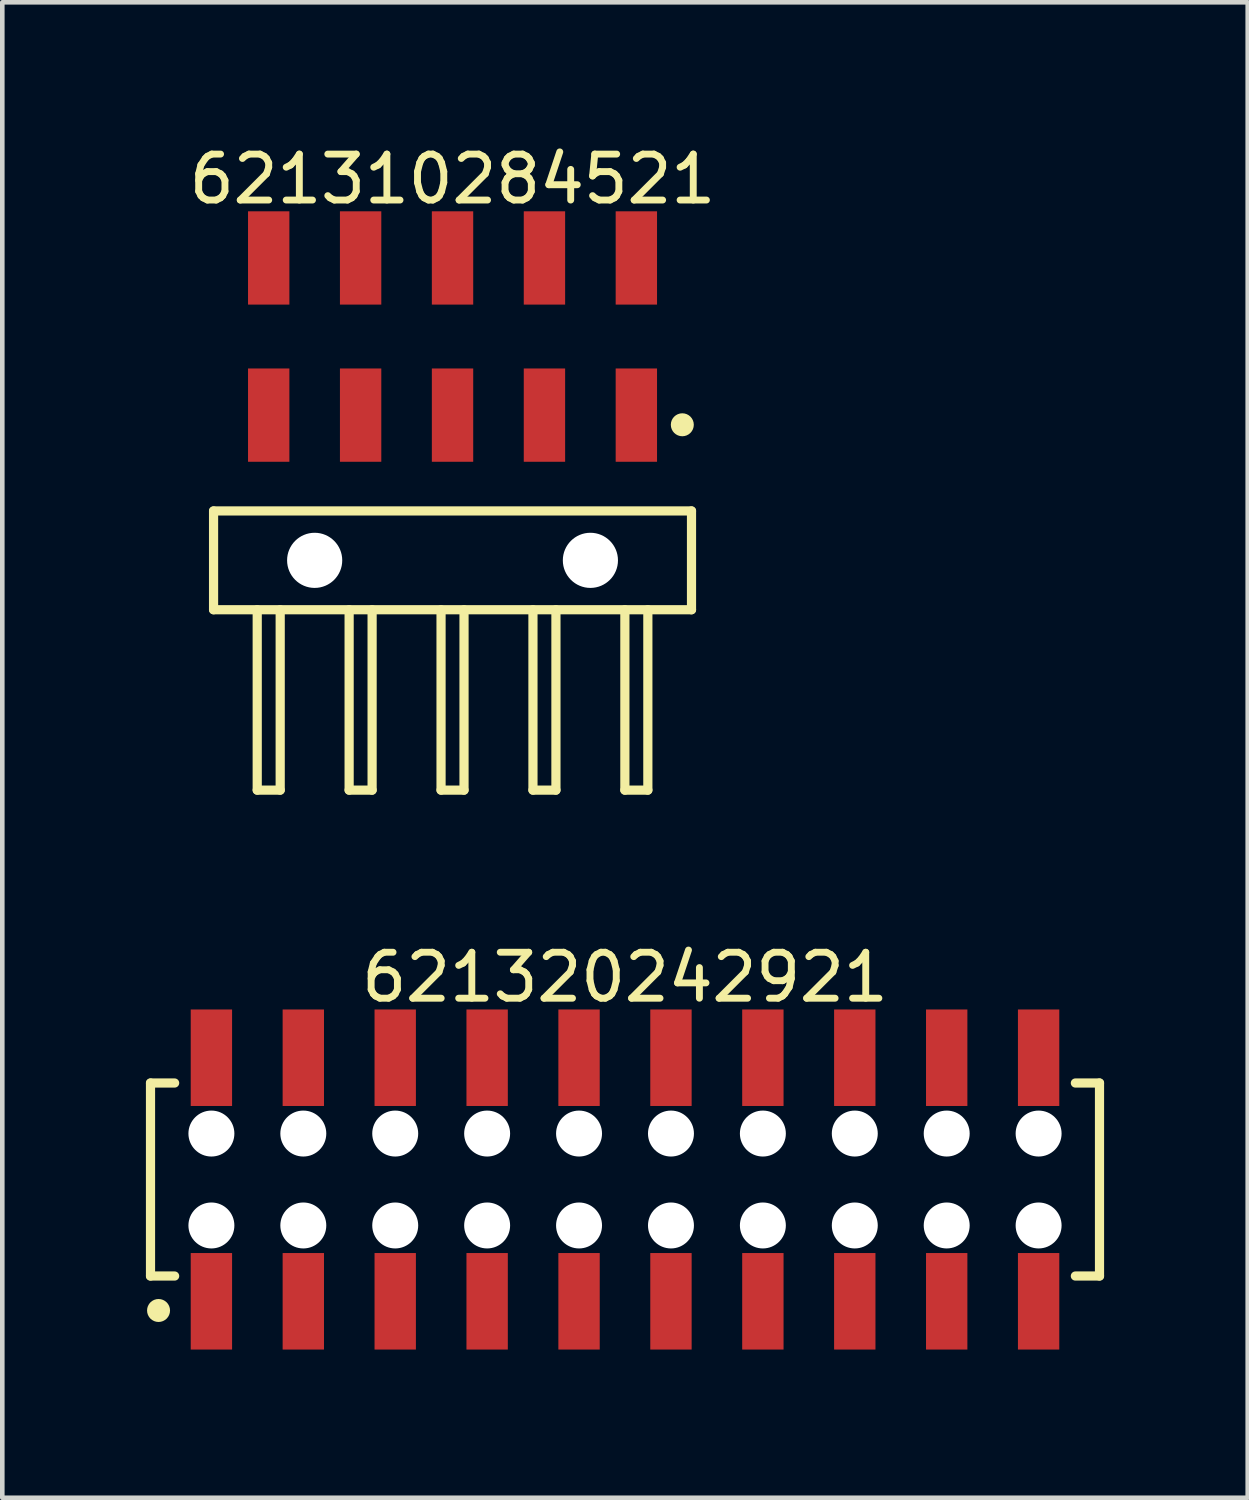
<source format=kicad_pcb>
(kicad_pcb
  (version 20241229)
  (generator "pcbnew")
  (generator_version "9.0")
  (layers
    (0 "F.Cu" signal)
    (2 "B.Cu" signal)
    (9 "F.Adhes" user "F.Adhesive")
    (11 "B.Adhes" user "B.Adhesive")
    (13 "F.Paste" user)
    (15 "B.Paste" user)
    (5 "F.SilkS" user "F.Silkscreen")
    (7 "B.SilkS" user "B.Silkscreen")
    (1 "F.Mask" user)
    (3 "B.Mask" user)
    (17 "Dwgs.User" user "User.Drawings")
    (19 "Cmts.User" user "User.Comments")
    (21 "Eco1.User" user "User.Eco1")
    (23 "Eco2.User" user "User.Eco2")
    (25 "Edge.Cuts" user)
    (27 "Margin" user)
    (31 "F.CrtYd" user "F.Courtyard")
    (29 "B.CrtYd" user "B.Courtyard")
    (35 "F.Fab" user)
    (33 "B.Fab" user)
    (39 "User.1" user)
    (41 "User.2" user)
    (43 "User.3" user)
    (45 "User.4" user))
  (footprint "621310284521"
    (layer "F.Cu")
    (at 6.797 9.143)
    (property "Reference" "621310284521" (at 0 -8.295 0) (layer "F.SilkS") (effects (font (size 1 1) (thickness 0.15))))
    (fp_line (start -5.2 -1.075) (end 5.2 -1.075) (stroke (width 0.2) (type solid)) (layer "F.SilkS"))
    (fp_line (start -5.2 1.075) (end -5.2 -1.075) (stroke (width 0.2) (type solid)) (layer "F.SilkS"))
    (fp_line (start -5.2 1.075) (end 5.2 1.075) (stroke (width 0.2) (type solid)) (layer "F.SilkS"))
    (fp_line (start -4.25 5) (end -4.25 1.075) (stroke (width 0.2) (type solid)) (layer "F.SilkS"))
    (fp_line (start -4.25 5) (end -3.75 5) (stroke (width 0.2) (type solid)) (layer "F.SilkS"))
    (fp_line (start -3.75 5) (end -3.75 1.075) (stroke (width 0.2) (type solid)) (layer "F.SilkS"))
    (fp_line (start -2.25 5) (end -2.25 1.075) (stroke (width 0.2) (type solid)) (layer "F.SilkS"))
    (fp_line (start -2.25 5) (end -1.75 5) (stroke (width 0.2) (type solid)) (layer "F.SilkS"))
    (fp_line (start -1.75 5) (end -1.75 1.075) (stroke (width 0.2) (type solid)) (layer "F.SilkS"))
    (fp_line (start -0.25 5) (end -0.25 1.075) (stroke (width 0.2) (type solid)) (layer "F.SilkS"))
    (fp_line (start -0.25 5) (end 0.25 5) (stroke (width 0.2) (type solid)) (layer "F.SilkS"))
    (fp_line (start 0.25 5) (end 0.25 1.075) (stroke (width 0.2) (type solid)) (layer "F.SilkS"))
    (fp_line (start 1.75 5) (end 1.75 1.075) (stroke (width 0.2) (type solid)) (layer "F.SilkS"))
    (fp_line (start 1.75 5) (end 2.25 5) (stroke (width 0.2) (type solid)) (layer "F.SilkS"))
    (fp_line (start 2.25 5) (end 2.25 1.075) (stroke (width 0.2) (type solid)) (layer "F.SilkS"))
    (fp_line (start 3.75 5) (end 3.75 1.075) (stroke (width 0.2) (type solid)) (layer "F.SilkS"))
    (fp_line (start 3.75 5) (end 4.25 5) (stroke (width 0.2) (type solid)) (layer "F.SilkS"))
    (fp_line (start 4.25 5) (end 4.25 1.075) (stroke (width 0.2) (type solid)) (layer "F.SilkS"))
    (fp_line (start 5.2 1.075) (end 5.2 -1.075) (stroke (width 0.2) (type solid)) (layer "F.SilkS"))
    (fp_circle (center 5 -2.95) (end 5 -3.075) (stroke (width 0.25) (type solid)) (fill no) (layer "F.SilkS"))
    (fp_line (start -5.4 -7.795) (end 5.4 -7.795) (stroke (width 0.05) (type solid)) (layer "Eco2.User"))
    (fp_line (start -5.4 5.2) (end -5.4 -7.795) (stroke (width 0.05) (type solid)) (layer "Eco2.User"))
    (fp_line (start -5.4 5.2) (end 5.4 5.2) (stroke (width 0.05) (type solid)) (layer "Eco2.User"))
    (fp_line (start -5 -1) (end 5 -1) (stroke (width 0.1) (type solid)) (layer "Eco2.User"))
    (fp_line (start -5 1) (end -5 -1) (stroke (width 0.1) (type solid)) (layer "Eco2.User"))
    (fp_line (start -5 1) (end 5 1) (stroke (width 0.1) (type solid)) (layer "Eco2.User"))
    (fp_line (start -4.25 -7.22) (end -3.75 -7.22) (stroke (width 0.1) (type solid)) (layer "Eco2.User"))
    (fp_line (start -4.25 -3.8) (end -3.75 -3.8) (stroke (width 0.1) (type solid)) (layer "Eco2.User"))
    (fp_line (start -4.25 -1) (end -4.25 -7.22) (stroke (width 0.1) (type solid)) (layer "Eco2.User"))
    (fp_line (start -4.25 5) (end -4.25 1) (stroke (width 0.1) (type solid)) (layer "Eco2.User"))
    (fp_line (start -4.25 5) (end -3.75 5) (stroke (width 0.1) (type solid)) (layer "Eco2.User"))
    (fp_line (start -3.75 -1) (end -3.75 -7.22) (stroke (width 0.1) (type solid)) (layer "Eco2.User"))
    (fp_line (start -3.75 5) (end -3.75 1) (stroke (width 0.1) (type solid)) (layer "Eco2.User"))
    (fp_line (start -2.25 -7.22) (end -1.75 -7.22) (stroke (width 0.1) (type solid)) (layer "Eco2.User"))
    (fp_line (start -2.25 -3.8) (end -1.75 -3.8) (stroke (width 0.1) (type solid)) (layer "Eco2.User"))
    (fp_line (start -2.25 -1) (end -2.25 -7.22) (stroke (width 0.1) (type solid)) (layer "Eco2.User"))
    (fp_line (start -2.25 5) (end -2.25 1) (stroke (width 0.1) (type solid)) (layer "Eco2.User"))
    (fp_line (start -2.25 5) (end -1.75 5) (stroke (width 0.1) (type solid)) (layer "Eco2.User"))
    (fp_line (start -1.75 -1) (end -1.75 -7.22) (stroke (width 0.1) (type solid)) (layer "Eco2.User"))
    (fp_line (start -1.75 5) (end -1.75 1) (stroke (width 0.1) (type solid)) (layer "Eco2.User"))
    (fp_line (start -0.5 0) (end 0.5 0) (stroke (width 0.05) (type solid)) (layer "Eco2.User"))
    (fp_line (start -0.25 -7.22) (end 0.25 -7.22) (stroke (width 0.1) (type solid)) (layer "Eco2.User"))
    (fp_line (start -0.25 -3.8) (end 0.25 -3.8) (stroke (width 0.1) (type solid)) (layer "Eco2.User"))
    (fp_line (start -0.25 -1) (end -0.25 -7.22) (stroke (width 0.1) (type solid)) (layer "Eco2.User"))
    (fp_line (start -0.25 5) (end -0.25 1) (stroke (width 0.1) (type solid)) (layer "Eco2.User"))
    (fp_line (start -0.25 5) (end 0.25 5) (stroke (width 0.1) (type solid)) (layer "Eco2.User"))
    (fp_line (start 0 0.5) (end 0 -0.5) (stroke (width 0.05) (type solid)) (layer "Eco2.User"))
    (fp_line (start 0.25 -1) (end 0.25 -7.22) (stroke (width 0.1) (type solid)) (layer "Eco2.User"))
    (fp_line (start 0.25 5) (end 0.25 1) (stroke (width 0.1) (type solid)) (layer "Eco2.User"))
    (fp_line (start 1.75 -7.22) (end 2.25 -7.22) (stroke (width 0.1) (type solid)) (layer "Eco2.User"))
    (fp_line (start 1.75 -3.8) (end 2.25 -3.8) (stroke (width 0.1) (type solid)) (layer "Eco2.User"))
    (fp_line (start 1.75 -1) (end 1.75 -7.22) (stroke (width 0.1) (type solid)) (layer "Eco2.User"))
    (fp_line (start 1.75 5) (end 1.75 1) (stroke (width 0.1) (type solid)) (layer "Eco2.User"))
    (fp_line (start 1.75 5) (end 2.25 5) (stroke (width 0.1) (type solid)) (layer "Eco2.User"))
    (fp_line (start 2.25 -1) (end 2.25 -7.22) (stroke (width 0.1) (type solid)) (layer "Eco2.User"))
    (fp_line (start 2.25 5) (end 2.25 1) (stroke (width 0.1) (type solid)) (layer "Eco2.User"))
    (fp_line (start 3.75 5) (end 3.75 1) (stroke (width 0.1) (type solid)) (layer "Eco2.User"))
    (fp_line (start 3.75 5) (end 4.25 5) (stroke (width 0.1) (type solid)) (layer "Eco2.User"))
    (fp_line (start 3.75 -7.22) (end 4.25 -7.22) (stroke (width 0.1) (type solid)) (layer "Eco2.User"))
    (fp_line (start 3.75 -3.8) (end 4.25 -3.8) (stroke (width 0.1) (type solid)) (layer "Eco2.User"))
    (fp_line (start 3.75 -1) (end 3.75 -7.22) (stroke (width 0.1) (type solid)) (layer "Eco2.User"))
    (fp_line (start 4.25 -1) (end 4.25 -7.22) (stroke (width 0.1) (type solid)) (layer "Eco2.User"))
    (fp_line (start 4.25 5) (end 4.25 1) (stroke (width 0.1) (type solid)) (layer "Eco2.User"))
    (fp_line (start 5 1) (end 5 -1) (stroke (width 0.1) (type solid)) (layer "Eco2.User"))
    (fp_line (start 5.4 5.2) (end 5.4 -7.795) (stroke (width 0.05) (type solid)) (layer "Eco2.User"))
    (fp_text user "${REFERENCE}" (at 0.12 -0.158 0) (unlocked yes) (layer "User.3") (effects (font (size 1.2 1.2) (thickness 0.12))))
    (pad "" np_thru_hole circle (at -3 0 180) (size 1.2 1.2) (drill 1.2) (layers "*.Cu" "*.Mask"))
    (pad "" np_thru_hole circle (at 3 0) (size 1.2 1.2) (drill 1.2) (layers "*.Cu" "*.Mask"))
    (pad "1" smd rect (at 4 -3.16) (size 0.9 2.03) (layers "F.Cu" "F.Mask" "F.Paste"))
    (pad "2" smd rect (at 4 -6.58) (size 0.9 2.03) (layers "F.Cu" "F.Mask" "F.Paste"))
    (pad "3" smd rect (at 2 -3.16) (size 0.9 2.03) (layers "F.Cu" "F.Mask" "F.Paste"))
    (pad "4" smd rect (at 2 -6.58) (size 0.9 2.03) (layers "F.Cu" "F.Mask" "F.Paste"))
    (pad "5" smd rect (at 0 -3.16) (size 0.9 2.03) (layers "F.Cu" "F.Mask" "F.Paste"))
    (pad "6" smd rect (at 0 -6.58) (size 0.9 2.03) (layers "F.Cu" "F.Mask" "F.Paste"))
    (pad "7" smd rect (at -2 -3.16) (size 0.9 2.03) (layers "F.Cu" "F.Mask" "F.Paste"))
    (pad "8" smd rect (at -2 -6.58) (size 0.9 2.03) (layers "F.Cu" "F.Mask" "F.Paste"))
    (pad "9" smd rect (at -4 -3.16) (size 0.9 2.03) (layers "F.Cu" "F.Mask" "F.Paste"))
    (pad "10" smd rect (at -4 -6.58) (size 0.9 2.03) (layers "F.Cu" "F.Mask" "F.Paste")))
  (footprint "621320242921"
    (layer "F.Cu")
    (at 10.55 22.616)
    (property "Reference" "621320242921" (at 0 -4.4 0) (layer "F.SilkS") (effects (font (size 1 1) (thickness 0.15))))
    (fp_line (start -10.325 -2.1) (end -9.8 -2.1) (stroke (width 0.2) (type solid)) (layer "F.SilkS"))
    (fp_line (start -10.325 2.1) (end -10.325 -2.1) (stroke (width 0.2) (type solid)) (layer "F.SilkS"))
    (fp_line (start -10.325 2.1) (end -9.8 2.1) (stroke (width 0.2) (type solid)) (layer "F.SilkS"))
    (fp_line (start 9.8 -2.1) (end 10.325 -2.1) (stroke (width 0.2) (type solid)) (layer "F.SilkS"))
    (fp_line (start 9.8 2.1) (end 10.325 2.1) (stroke (width 0.2) (type solid)) (layer "F.SilkS"))
    (fp_line (start 10.325 2.1) (end 10.325 -2.1) (stroke (width 0.2) (type solid)) (layer "F.SilkS"))
    (fp_circle (center -10.15 2.85) (end -10.15 2.725) (stroke (width 0.25) (type solid)) (fill no) (layer "F.SilkS"))
    (fp_line (start -10.525 -3.9) (end 10.525 -3.9) (stroke (width 0.05) (type solid)) (layer "Eco2.User"))
    (fp_line (start -10.525 3.9) (end -10.525 -3.9) (stroke (width 0.05) (type solid)) (layer "Eco2.User"))
    (fp_line (start -10.525 3.9) (end 10.525 3.9) (stroke (width 0.05) (type solid)) (layer "Eco2.User"))
    (fp_line (start -10.2 -2) (end 10.2 -2) (stroke (width 0.1) (type solid)) (layer "Eco2.User"))
    (fp_line (start -10.2 2) (end -10.2 -2) (stroke (width 0.1) (type solid)) (layer "Eco2.User"))
    (fp_line (start -10.2 2) (end 10.2 2) (stroke (width 0.1) (type solid)) (layer "Eco2.User"))
    (fp_line (start -9.25 -3.1) (end -8.75 -3.1) (stroke (width 0.1) (type solid)) (layer "Eco2.User"))
    (fp_line (start -9.25 -2) (end -9.25 -3.1) (stroke (width 0.1) (type solid)) (layer "Eco2.User"))
    (fp_line (start -9.25 3.1) (end -9.25 2) (stroke (width 0.1) (type solid)) (layer "Eco2.User"))
    (fp_line (start -9.25 3.1) (end -8.75 3.1) (stroke (width 0.1) (type solid)) (layer "Eco2.User"))
    (fp_line (start -8.75 -2) (end -8.75 -3.1) (stroke (width 0.1) (type solid)) (layer "Eco2.User"))
    (fp_line (start -8.75 3.1) (end -8.75 2) (stroke (width 0.1) (type solid)) (layer "Eco2.User"))
    (fp_line (start -7.25 -3.1) (end -6.75 -3.1) (stroke (width 0.1) (type solid)) (layer "Eco2.User"))
    (fp_line (start -7.25 -2) (end -7.25 -3.1) (stroke (width 0.1) (type solid)) (layer "Eco2.User"))
    (fp_line (start -7.25 3.1) (end -7.25 2) (stroke (width 0.1) (type solid)) (layer "Eco2.User"))
    (fp_line (start -7.25 3.1) (end -6.75 3.1) (stroke (width 0.1) (type solid)) (layer "Eco2.User"))
    (fp_line (start -6.75 -2) (end -6.75 -3.1) (stroke (width 0.1) (type solid)) (layer "Eco2.User"))
    (fp_line (start -6.75 3.1) (end -6.75 2) (stroke (width 0.1) (type solid)) (layer "Eco2.User"))
    (fp_line (start -5.25 -3.1) (end -4.75 -3.1) (stroke (width 0.1) (type solid)) (layer "Eco2.User"))
    (fp_line (start -5.25 -2) (end -5.25 -3.1) (stroke (width 0.1) (type solid)) (layer "Eco2.User"))
    (fp_line (start -5.25 3.1) (end -5.25 2) (stroke (width 0.1) (type solid)) (layer "Eco2.User"))
    (fp_line (start -5.25 3.1) (end -4.75 3.1) (stroke (width 0.1) (type solid)) (layer "Eco2.User"))
    (fp_line (start -4.75 -2) (end -4.75 -3.1) (stroke (width 0.1) (type solid)) (layer "Eco2.User"))
    (fp_line (start -4.75 3.1) (end -4.75 2) (stroke (width 0.1) (type solid)) (layer "Eco2.User"))
    (fp_line (start -3.25 -3.1) (end -2.75 -3.1) (stroke (width 0.1) (type solid)) (layer "Eco2.User"))
    (fp_line (start -3.25 -2) (end -3.25 -3.1) (stroke (width 0.1) (type solid)) (layer "Eco2.User"))
    (fp_line (start -3.25 3.1) (end -3.25 2) (stroke (width 0.1) (type solid)) (layer "Eco2.User"))
    (fp_line (start -3.25 3.1) (end -2.75 3.1) (stroke (width 0.1) (type solid)) (layer "Eco2.User"))
    (fp_line (start -2.75 -2) (end -2.75 -3.1) (stroke (width 0.1) (type solid)) (layer "Eco2.User"))
    (fp_line (start -2.75 3.1) (end -2.75 2) (stroke (width 0.1) (type solid)) (layer "Eco2.User"))
    (fp_line (start -1.25 -3.1) (end -0.75 -3.1) (stroke (width 0.1) (type solid)) (layer "Eco2.User"))
    (fp_line (start -1.25 -2) (end -1.25 -3.1) (stroke (width 0.1) (type solid)) (layer "Eco2.User"))
    (fp_line (start -1.25 3.1) (end -1.25 2) (stroke (width 0.1) (type solid)) (layer "Eco2.User"))
    (fp_line (start -1.25 3.1) (end -0.75 3.1) (stroke (width 0.1) (type solid)) (layer "Eco2.User"))
    (fp_line (start -0.75 -2) (end -0.75 -3.1) (stroke (width 0.1) (type solid)) (layer "Eco2.User"))
    (fp_line (start -0.75 3.1) (end -0.75 2) (stroke (width 0.1) (type solid)) (layer "Eco2.User"))
    (fp_line (start -0.5 0) (end 0.5 0) (stroke (width 0.05) (type solid)) (layer "Eco2.User"))
    (fp_line (start 0 0.5) (end 0 -0.5) (stroke (width 0.05) (type solid)) (layer "Eco2.User"))
    (fp_line (start 0.75 -3.1) (end 1.25 -3.1) (stroke (width 0.1) (type solid)) (layer "Eco2.User"))
    (fp_line (start 0.75 -2) (end 0.75 -3.1) (stroke (width 0.1) (type solid)) (layer "Eco2.User"))
    (fp_line (start 0.75 3.1) (end 0.75 2) (stroke (width 0.1) (type solid)) (layer "Eco2.User"))
    (fp_line (start 0.75 3.1) (end 1.25 3.1) (stroke (width 0.1) (type solid)) (layer "Eco2.User"))
    (fp_line (start 1.25 -2) (end 1.25 -3.1) (stroke (width 0.1) (type solid)) (layer "Eco2.User"))
    (fp_line (start 1.25 3.1) (end 1.25 2) (stroke (width 0.1) (type solid)) (layer "Eco2.User"))
    (fp_line (start 2.75 -3.1) (end 3.25 -3.1) (stroke (width 0.1) (type solid)) (layer "Eco2.User"))
    (fp_line (start 2.75 -2) (end 2.75 -3.1) (stroke (width 0.1) (type solid)) (layer "Eco2.User"))
    (fp_line (start 2.75 3.1) (end 2.75 2) (stroke (width 0.1) (type solid)) (layer "Eco2.User"))
    (fp_line (start 2.75 3.1) (end 3.25 3.1) (stroke (width 0.1) (type solid)) (layer "Eco2.User"))
    (fp_line (start 3.25 -2) (end 3.25 -3.1) (stroke (width 0.1) (type solid)) (layer "Eco2.User"))
    (fp_line (start 3.25 3.1) (end 3.25 2) (stroke (width 0.1) (type solid)) (layer "Eco2.User"))
    (fp_line (start 4.75 -3.1) (end 5.25 -3.1) (stroke (width 0.1) (type solid)) (layer "Eco2.User"))
    (fp_line (start 4.75 -2) (end 4.75 -3.1) (stroke (width 0.1) (type solid)) (layer "Eco2.User"))
    (fp_line (start 4.75 3.1) (end 4.75 2) (stroke (width 0.1) (type solid)) (layer "Eco2.User"))
    (fp_line (start 4.75 3.1) (end 5.25 3.1) (stroke (width 0.1) (type solid)) (layer "Eco2.User"))
    (fp_line (start 5.25 -2) (end 5.25 -3.1) (stroke (width 0.1) (type solid)) (layer "Eco2.User"))
    (fp_line (start 5.25 3.1) (end 5.25 2) (stroke (width 0.1) (type solid)) (layer "Eco2.User"))
    (fp_line (start 6.75 -3.1) (end 7.25 -3.1) (stroke (width 0.1) (type solid)) (layer "Eco2.User"))
    (fp_line (start 6.75 -2) (end 6.75 -3.1) (stroke (width 0.1) (type solid)) (layer "Eco2.User"))
    (fp_line (start 6.75 3.1) (end 6.75 2) (stroke (width 0.1) (type solid)) (layer "Eco2.User"))
    (fp_line (start 6.75 3.1) (end 7.25 3.1) (stroke (width 0.1) (type solid)) (layer "Eco2.User"))
    (fp_line (start 7.25 -2) (end 7.25 -3.1) (stroke (width 0.1) (type solid)) (layer "Eco2.User"))
    (fp_line (start 7.25 3.1) (end 7.25 2) (stroke (width 0.1) (type solid)) (layer "Eco2.User"))
    (fp_line (start 8.75 -3.1) (end 9.25 -3.1) (stroke (width 0.1) (type solid)) (layer "Eco2.User"))
    (fp_line (start 8.75 -2) (end 8.75 -3.1) (stroke (width 0.1) (type solid)) (layer "Eco2.User"))
    (fp_line (start 8.75 3.1) (end 8.75 2) (stroke (width 0.1) (type solid)) (layer "Eco2.User"))
    (fp_line (start 8.75 3.1) (end 9.25 3.1) (stroke (width 0.1) (type solid)) (layer "Eco2.User"))
    (fp_line (start 9.25 -2) (end 9.25 -3.1) (stroke (width 0.1) (type solid)) (layer "Eco2.User"))
    (fp_line (start 9.25 3.1) (end 9.25 2) (stroke (width 0.1) (type solid)) (layer "Eco2.User"))
    (fp_line (start 10.2 2) (end 10.2 -2) (stroke (width 0.1) (type solid)) (layer "Eco2.User"))
    (fp_line (start 10.525 3.9) (end 10.525 -3.9) (stroke (width 0.05) (type solid)) (layer "Eco2.User"))
    (fp_text user "${REFERENCE}" (at 0.15 -0.197 0) (unlocked yes) (layer "User.3") (effects (font (size 1.5 1.5) (thickness 0.15))))
    (pad "" np_thru_hole circle (at -9 -1) (size 1 1) (drill 1) (layers "*.Cu" "*.Mask"))
    (pad "" np_thru_hole circle (at -9 1) (size 1 1) (drill 1) (layers "*.Cu" "*.Mask"))
    (pad "" np_thru_hole circle (at -7 -1) (size 1 1) (drill 1) (layers "*.Cu" "*.Mask"))
    (pad "" np_thru_hole circle (at -7 1) (size 1 1) (drill 1) (layers "*.Cu" "*.Mask"))
    (pad "" np_thru_hole circle (at -5 -1) (size 1 1) (drill 1) (layers "*.Cu" "*.Mask"))
    (pad "" np_thru_hole circle (at -5 1) (size 1 1) (drill 1) (layers "*.Cu" "*.Mask"))
    (pad "" np_thru_hole circle (at -3 -1) (size 1 1) (drill 1) (layers "*.Cu" "*.Mask"))
    (pad "" np_thru_hole circle (at -3 1) (size 1 1) (drill 1) (layers "*.Cu" "*.Mask"))
    (pad "" np_thru_hole circle (at -1 -1) (size 1 1) (drill 1) (layers "*.Cu" "*.Mask"))
    (pad "" np_thru_hole circle (at -1 1) (size 1 1) (drill 1) (layers "*.Cu" "*.Mask"))
    (pad "" np_thru_hole circle (at 1 -1) (size 1 1) (drill 1) (layers "*.Cu" "*.Mask"))
    (pad "" np_thru_hole circle (at 1 1) (size 1 1) (drill 1) (layers "*.Cu" "*.Mask"))
    (pad "" np_thru_hole circle (at 3 -1) (size 1 1) (drill 1) (layers "*.Cu" "*.Mask"))
    (pad "" np_thru_hole circle (at 3 1) (size 1 1) (drill 1) (layers "*.Cu" "*.Mask"))
    (pad "" np_thru_hole circle (at 5 -1) (size 1 1) (drill 1) (layers "*.Cu" "*.Mask"))
    (pad "" np_thru_hole circle (at 5 1) (size 1 1) (drill 1) (layers "*.Cu" "*.Mask"))
    (pad "" np_thru_hole circle (at 7 -1) (size 1 1) (drill 1) (layers "*.Cu" "*.Mask"))
    (pad "" np_thru_hole circle (at 7 1) (size 1 1) (drill 1) (layers "*.Cu" "*.Mask"))
    (pad "" np_thru_hole circle (at 9 -1) (size 1 1) (drill 1) (layers "*.Cu" "*.Mask"))
    (pad "" np_thru_hole circle (at 9 1) (size 1 1) (drill 1) (layers "*.Cu" "*.Mask"))
    (pad "1" smd rect (at -9 2.65) (size 0.9 2.1) (layers "F.Cu" "F.Mask" "F.Paste"))
    (pad "2" smd rect (at -9 -2.65) (size 0.9 2.1) (layers "F.Cu" "F.Mask" "F.Paste"))
    (pad "3" smd rect (at -7 2.65) (size 0.9 2.1) (layers "F.Cu" "F.Mask" "F.Paste"))
    (pad "4" smd rect (at -7 -2.65) (size 0.9 2.1) (layers "F.Cu" "F.Mask" "F.Paste"))
    (pad "5" smd rect (at -5 2.65) (size 0.9 2.1) (layers "F.Cu" "F.Mask" "F.Paste"))
    (pad "6" smd rect (at -5 -2.65) (size 0.9 2.1) (layers "F.Cu" "F.Mask" "F.Paste"))
    (pad "7" smd rect (at -3 2.65) (size 0.9 2.1) (layers "F.Cu" "F.Mask" "F.Paste"))
    (pad "8" smd rect (at -3 -2.65) (size 0.9 2.1) (layers "F.Cu" "F.Mask" "F.Paste"))
    (pad "9" smd rect (at -1 2.65) (size 0.9 2.1) (layers "F.Cu" "F.Mask" "F.Paste"))
    (pad "10" smd rect (at -1 -2.65) (size 0.9 2.1) (layers "F.Cu" "F.Mask" "F.Paste"))
    (pad "11" smd rect (at 1 2.65) (size 0.9 2.1) (layers "F.Cu" "F.Mask" "F.Paste"))
    (pad "12" smd rect (at 1 -2.65) (size 0.9 2.1) (layers "F.Cu" "F.Mask" "F.Paste"))
    (pad "13" smd rect (at 3 2.65) (size 0.9 2.1) (layers "F.Cu" "F.Mask" "F.Paste"))
    (pad "14" smd rect (at 3 -2.65) (size 0.9 2.1) (layers "F.Cu" "F.Mask" "F.Paste"))
    (pad "15" smd rect (at 5 2.65) (size 0.9 2.1) (layers "F.Cu" "F.Mask" "F.Paste"))
    (pad "16" smd rect (at 5 -2.65) (size 0.9 2.1) (layers "F.Cu" "F.Mask" "F.Paste"))
    (pad "17" smd rect (at 7 2.65) (size 0.9 2.1) (layers "F.Cu" "F.Mask" "F.Paste"))
    (pad "18" smd rect (at 7 -2.65) (size 0.9 2.1) (layers "F.Cu" "F.Mask" "F.Paste"))
    (pad "19" smd rect (at 9 2.65) (size 0.9 2.1) (layers "F.Cu" "F.Mask" "F.Paste"))
    (pad "20" smd rect (at 9 -2.65) (size 0.9 2.1) (layers "F.Cu" "F.Mask" "F.Paste")))
  (gr_rect
    (start -3 -3)
    (end 24.1 29.541)
    (stroke (width 0.1) (type default))
    (fill no)
    (layer "Edge.Cuts")))
</source>
